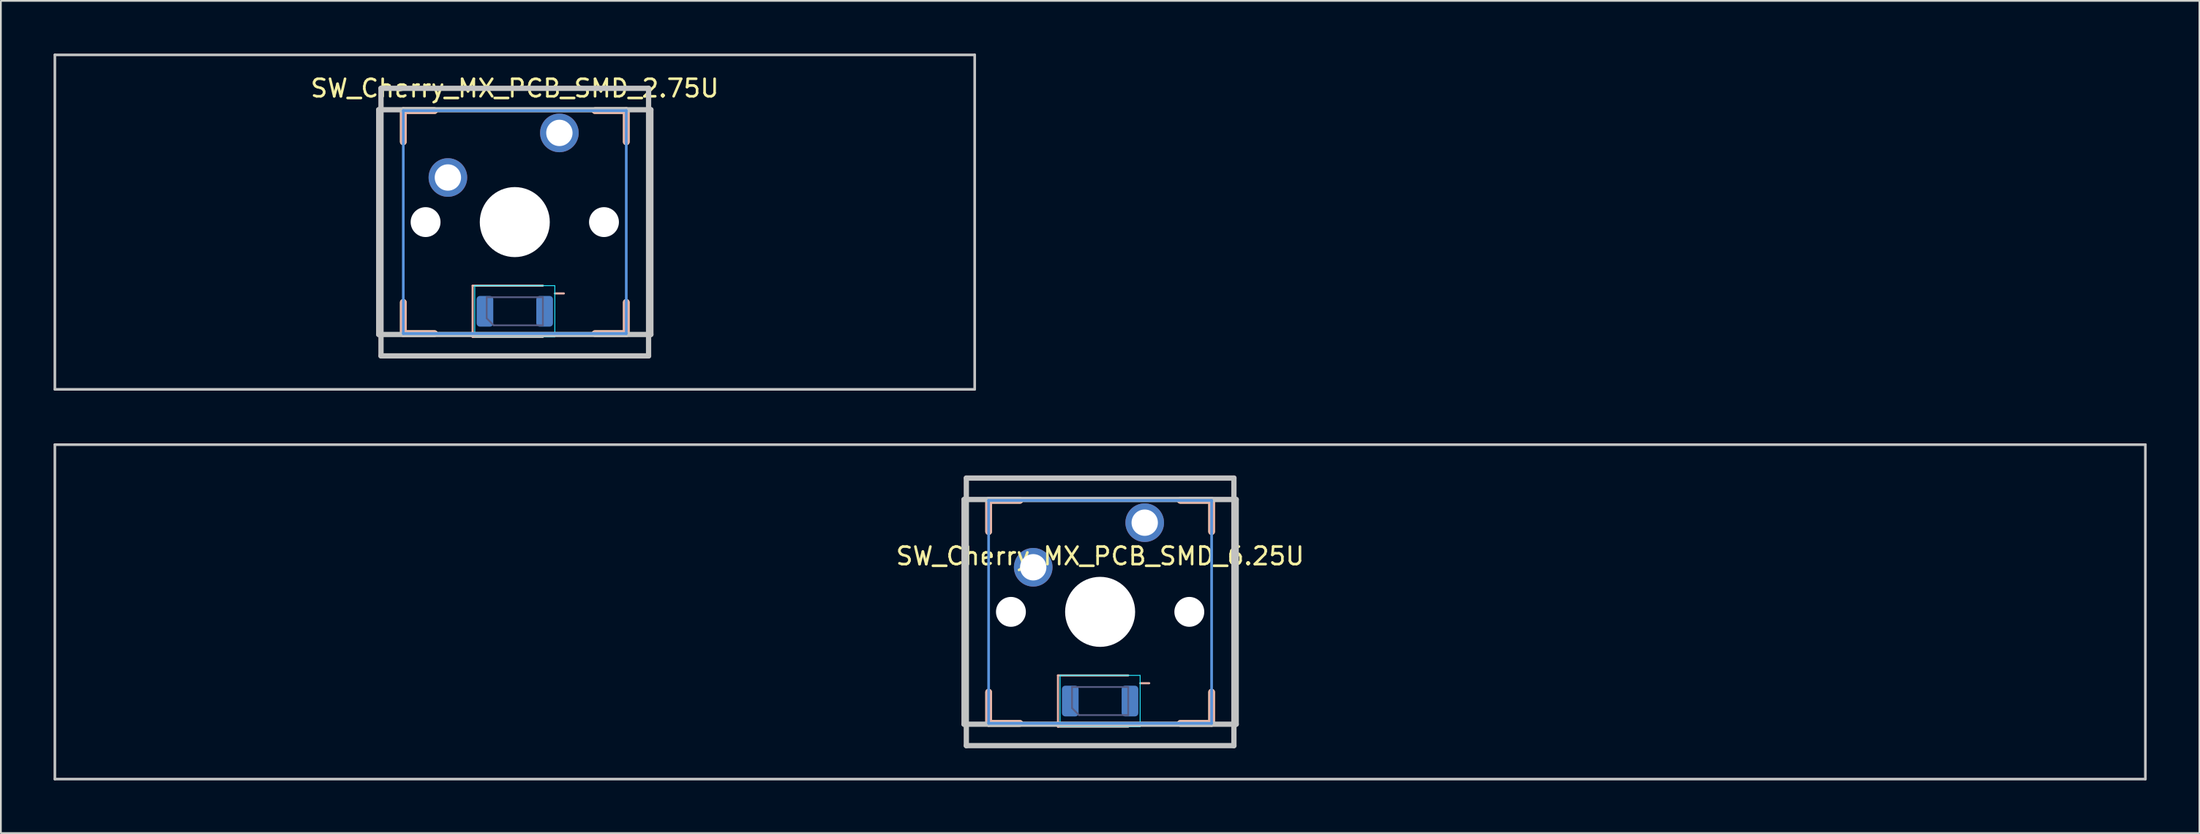
<source format=kicad_pcb>
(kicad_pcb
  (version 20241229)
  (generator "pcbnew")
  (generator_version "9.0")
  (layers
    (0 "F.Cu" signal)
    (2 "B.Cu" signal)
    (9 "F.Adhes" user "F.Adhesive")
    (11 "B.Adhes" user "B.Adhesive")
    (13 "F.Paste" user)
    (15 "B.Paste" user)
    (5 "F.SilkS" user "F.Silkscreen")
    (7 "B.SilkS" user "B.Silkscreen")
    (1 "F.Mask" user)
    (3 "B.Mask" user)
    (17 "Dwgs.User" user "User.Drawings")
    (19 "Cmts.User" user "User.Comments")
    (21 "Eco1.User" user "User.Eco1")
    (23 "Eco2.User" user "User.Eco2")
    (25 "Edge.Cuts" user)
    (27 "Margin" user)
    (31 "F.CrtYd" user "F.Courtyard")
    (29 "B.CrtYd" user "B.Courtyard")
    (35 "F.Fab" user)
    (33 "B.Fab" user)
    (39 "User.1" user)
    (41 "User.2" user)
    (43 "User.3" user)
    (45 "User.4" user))
  (footprint "SW_Cherry_MX_PCB_SMD_2.75U"
    (layer "F.Cu")
    (at 26.269 9.6)
    (property "Reference" "SW_Cherry_MX_PCB_SMD_2.75U" (at 0 -7.62 0) (layer "F.SilkS") (effects (font (size 1 1) (thickness 0.15))))
    (attr through_hole)
    (fp_line (start -6.35 -6.35) (end -4.572 -6.35) (stroke (width 0.381) (type solid)) (layer "F.SilkS"))
    (fp_line (start -6.35 -4.572) (end -6.35 -6.35) (stroke (width 0.381) (type solid)) (layer "F.SilkS"))
    (fp_line (start -6.35 6.35) (end -6.35 4.572) (stroke (width 0.381) (type solid)) (layer "F.SilkS"))
    (fp_line (start -4.572 6.35) (end -6.35 6.35) (stroke (width 0.381) (type solid)) (layer "F.SilkS"))
    (fp_line (start 4.572 -6.35) (end 6.35 -6.35) (stroke (width 0.381) (type solid)) (layer "F.SilkS"))
    (fp_line (start 6.35 -6.35) (end 6.35 -4.572) (stroke (width 0.381) (type solid)) (layer "F.SilkS"))
    (fp_line (start 6.35 4.572) (end 6.35 6.35) (stroke (width 0.381) (type solid)) (layer "F.SilkS"))
    (fp_line (start 6.35 6.35) (end 4.572 6.35) (stroke (width 0.381) (type solid)) (layer "F.SilkS"))
    (fp_line (start -6.35 -6.35) (end -6.35 -4.572) (stroke (width 0.381) (type solid)) (layer "B.SilkS"))
    (fp_line (start -6.35 4.572) (end -6.35 6.35) (stroke (width 0.381) (type solid)) (layer "B.SilkS"))
    (fp_line (start -6.35 6.35) (end -4.572 6.35) (stroke (width 0.381) (type solid)) (layer "B.SilkS"))
    (fp_line (start -4.572 -6.35) (end -6.35 -6.35) (stroke (width 0.381) (type solid)) (layer "B.SilkS"))
    (fp_line (start -2.4 3.62) (end 1.6 3.62) (stroke (width 0.12) (type solid)) (layer "B.SilkS"))
    (fp_line (start -2.4 6.54) (end -2.4 3.62) (stroke (width 0.12) (type solid)) (layer "B.SilkS"))
    (fp_line (start 1.6 6.54) (end -2.4 6.54) (stroke (width 0.12) (type solid)) (layer "B.SilkS"))
    (fp_line (start 2.286 4.064) (end 2.794 4.064) (stroke (width 0.12) (type solid)) (layer "B.SilkS"))
    (fp_line (start 4.572 6.35) (end 6.35 6.35) (stroke (width 0.381) (type solid)) (layer "B.SilkS"))
    (fp_line (start 6.35 -6.35) (end 4.572 -6.35) (stroke (width 0.381) (type solid)) (layer "B.SilkS"))
    (fp_line (start 6.35 -4.572) (end 6.35 -6.35) (stroke (width 0.381) (type solid)) (layer "B.SilkS"))
    (fp_line (start 6.35 6.35) (end 6.35 4.572) (stroke (width 0.381) (type solid)) (layer "B.SilkS"))
    (fp_line (start -26.194 -9.525) (end 26.194 -9.525) (stroke (width 0.15) (type solid)) (layer "Dwgs.User"))
    (fp_line (start -26.194 9.525) (end -26.194 -9.525) (stroke (width 0.15) (type solid)) (layer "Dwgs.User"))
    (fp_line (start -7.75 6.4) (end -7.75 -6.4) (stroke (width 0.3) (type solid)) (layer "Dwgs.User"))
    (fp_line (start -7.75 6.4) (end 7.75 6.4) (stroke (width 0.3) (type solid)) (layer "Dwgs.User"))
    (fp_line (start -7.62 -7.62) (end 7.62 -7.62) (stroke (width 0.3) (type solid)) (layer "Dwgs.User"))
    (fp_line (start -7.62 7.62) (end -7.62 -7.62) (stroke (width 0.3) (type solid)) (layer "Dwgs.User"))
    (fp_line (start 7.62 -7.62) (end 7.62 7.62) (stroke (width 0.3) (type solid)) (layer "Dwgs.User"))
    (fp_line (start 7.62 7.62) (end -7.62 7.62) (stroke (width 0.3) (type solid)) (layer "Dwgs.User"))
    (fp_line (start 7.75 -6.4) (end -7.75 -6.4) (stroke (width 0.3) (type solid)) (layer "Dwgs.User"))
    (fp_line (start 7.75 6.4) (end 7.75 -6.4) (stroke (width 0.3) (type solid)) (layer "Dwgs.User"))
    (fp_line (start 26.194 -9.525) (end 26.194 9.525) (stroke (width 0.15) (type solid)) (layer "Dwgs.User"))
    (fp_line (start 26.194 9.525) (end -26.194 9.525) (stroke (width 0.15) (type solid)) (layer "Dwgs.User"))
    (fp_line (start -6.35 -6.35) (end 6.35 -6.35) (stroke (width 0.152) (type solid)) (layer "Cmts.User"))
    (fp_line (start -6.35 6.35) (end -6.35 -6.35) (stroke (width 0.152) (type solid)) (layer "Cmts.User"))
    (fp_line (start 6.35 -6.35) (end 6.35 6.35) (stroke (width 0.152) (type solid)) (layer "Cmts.User"))
    (fp_line (start 6.35 6.35) (end -6.35 6.35) (stroke (width 0.152) (type solid)) (layer "Cmts.User"))
    (fp_line (start -6.985 -6.985) (end 6.985 -6.985) (stroke (width 0.152) (type solid)) (layer "Eco2.User"))
    (fp_line (start -6.985 6.985) (end -6.985 -6.985) (stroke (width 0.152) (type solid)) (layer "Eco2.User"))
    (fp_line (start 6.985 -6.985) (end 6.985 6.985) (stroke (width 0.152) (type solid)) (layer "Eco2.User"))
    (fp_line (start 6.985 6.985) (end -6.985 6.985) (stroke (width 0.152) (type solid)) (layer "Eco2.User"))
    (fp_line (start -2.28 3.62) (end -2.28 6.54) (stroke (width 0.05) (type solid)) (layer "B.CrtYd"))
    (fp_line (start -2.28 6.54) (end 2.28 6.54) (stroke (width 0.05) (type solid)) (layer "B.CrtYd"))
    (fp_line (start 2.28 3.62) (end -2.28 3.62) (stroke (width 0.05) (type solid)) (layer "B.CrtYd"))
    (fp_line (start 2.28 6.54) (end 2.28 3.62) (stroke (width 0.05) (type solid)) (layer "B.CrtYd"))
    (fp_line (start -1.6 4.28) (end 1.6 4.28) (stroke (width 0.1) (type solid)) (layer "B.Fab"))
    (fp_line (start -1.6 5.48) (end -1.6 4.28) (stroke (width 0.1) (type solid)) (layer "B.Fab"))
    (fp_line (start -1.2 5.88) (end -1.6 5.48) (stroke (width 0.1) (type solid)) (layer "B.Fab"))
    (fp_line (start 1.6 4.28) (end 1.6 5.88) (stroke (width 0.1) (type solid)) (layer "B.Fab"))
    (fp_line (start 1.6 5.88) (end -1.2 5.88) (stroke (width 0.1) (type solid)) (layer "B.Fab"))
    (pad "" np_thru_hole circle (at -5.08 0) (size 1.702 1.702) (drill 1.702) (layers "*.Cu" "*.Mask"))
    (pad "" np_thru_hole circle (at 0 0) (size 3.988 3.988) (drill 3.988) (layers "*.Cu" "*.Mask"))
    (pad "" np_thru_hole circle (at 5.08 0) (size 1.702 1.702) (drill 1.702) (layers "*.Cu" "*.Mask"))
    (pad "1" thru_hole circle (at 2.54 -5.08) (size 2.2 2.2) (drill 1.5) (layers "*.Cu" "*.Mask"))
    (pad "2" thru_hole circle (at -3.81 -2.54) (size 2.2 2.2) (drill 1.5) (layers "*.Cu" "*.Mask"))
    (pad "3" smd roundrect (at 1.7 5.08) (size 0.95 1.75) (layers "B.Cu" "B.Mask" "B.Paste") (roundrect_rratio 0.2))
    (pad "4" smd roundrect (at -1.7 5.08) (size 0.95 1.75) (layers "B.Cu" "B.Mask" "B.Paste") (roundrect_rratio 0.2)))
  (footprint "SW_Cherry_MX_PCB_SMD_6.25U"
    (layer "F.Cu")
    (at 59.606 31.8)
    (property "Reference" "SW_Cherry_MX_PCB_SMD_6.25U" (at 0 -3.175 0) (layer "F.SilkS") (effects (font (size 1 1) (thickness 0.15))))
    (attr exclude_from_pos_files exclude_from_bom)
    (fp_line (start -6.35 -6.35) (end -4.572 -6.35) (stroke (width 0.381) (type solid)) (layer "F.SilkS"))
    (fp_line (start -6.35 -4.572) (end -6.35 -6.35) (stroke (width 0.381) (type solid)) (layer "F.SilkS"))
    (fp_line (start -6.35 6.35) (end -6.35 4.572) (stroke (width 0.381) (type solid)) (layer "F.SilkS"))
    (fp_line (start -4.572 6.35) (end -6.35 6.35) (stroke (width 0.381) (type solid)) (layer "F.SilkS"))
    (fp_line (start 4.572 -6.35) (end 6.35 -6.35) (stroke (width 0.381) (type solid)) (layer "F.SilkS"))
    (fp_line (start 6.35 -6.35) (end 6.35 -4.572) (stroke (width 0.381) (type solid)) (layer "F.SilkS"))
    (fp_line (start 6.35 4.572) (end 6.35 6.35) (stroke (width 0.381) (type solid)) (layer "F.SilkS"))
    (fp_line (start 6.35 6.35) (end 4.572 6.35) (stroke (width 0.381) (type solid)) (layer "F.SilkS"))
    (fp_line (start -6.35 -6.35) (end -6.35 -4.572) (stroke (width 0.381) (type solid)) (layer "B.SilkS"))
    (fp_line (start -6.35 4.572) (end -6.35 6.35) (stroke (width 0.381) (type solid)) (layer "B.SilkS"))
    (fp_line (start -6.35 6.35) (end -4.572 6.35) (stroke (width 0.381) (type solid)) (layer "B.SilkS"))
    (fp_line (start -4.572 -6.35) (end -6.35 -6.35) (stroke (width 0.381) (type solid)) (layer "B.SilkS"))
    (fp_line (start -2.4 3.62) (end 1.6 3.62) (stroke (width 0.12) (type solid)) (layer "B.SilkS"))
    (fp_line (start -2.4 6.54) (end -2.4 3.62) (stroke (width 0.12) (type solid)) (layer "B.SilkS"))
    (fp_line (start 1.6 6.54) (end -2.4 6.54) (stroke (width 0.12) (type solid)) (layer "B.SilkS"))
    (fp_line (start 2.286 4.064) (end 2.794 4.064) (stroke (width 0.12) (type solid)) (layer "B.SilkS"))
    (fp_line (start 4.572 6.35) (end 6.35 6.35) (stroke (width 0.381) (type solid)) (layer "B.SilkS"))
    (fp_line (start 6.35 -6.35) (end 4.572 -6.35) (stroke (width 0.381) (type solid)) (layer "B.SilkS"))
    (fp_line (start 6.35 -4.572) (end 6.35 -6.35) (stroke (width 0.381) (type solid)) (layer "B.SilkS"))
    (fp_line (start 6.35 6.35) (end 6.35 4.572) (stroke (width 0.381) (type solid)) (layer "B.SilkS"))
    (fp_line (start -59.531 -9.525) (end 59.531 -9.525) (stroke (width 0.15) (type solid)) (layer "Dwgs.User"))
    (fp_line (start -59.531 9.525) (end -59.531 -9.525) (stroke (width 0.15) (type solid)) (layer "Dwgs.User"))
    (fp_line (start -7.75 6.4) (end -7.75 -6.4) (stroke (width 0.3) (type solid)) (layer "Dwgs.User"))
    (fp_line (start -7.75 6.4) (end 7.75 6.4) (stroke (width 0.3) (type solid)) (layer "Dwgs.User"))
    (fp_line (start -7.62 -7.62) (end 7.62 -7.62) (stroke (width 0.3) (type solid)) (layer "Dwgs.User"))
    (fp_line (start -7.62 7.62) (end -7.62 -7.62) (stroke (width 0.3) (type solid)) (layer "Dwgs.User"))
    (fp_line (start 7.62 -7.62) (end 7.62 7.62) (stroke (width 0.3) (type solid)) (layer "Dwgs.User"))
    (fp_line (start 7.62 7.62) (end -7.62 7.62) (stroke (width 0.3) (type solid)) (layer "Dwgs.User"))
    (fp_line (start 7.75 -6.4) (end -7.75 -6.4) (stroke (width 0.3) (type solid)) (layer "Dwgs.User"))
    (fp_line (start 7.75 6.4) (end 7.75 -6.4) (stroke (width 0.3) (type solid)) (layer "Dwgs.User"))
    (fp_line (start 59.531 -9.525) (end 59.531 9.525) (stroke (width 0.15) (type solid)) (layer "Dwgs.User"))
    (fp_line (start 59.531 9.525) (end -59.531 9.525) (stroke (width 0.15) (type solid)) (layer "Dwgs.User"))
    (fp_line (start -6.35 -6.35) (end 6.35 -6.35) (stroke (width 0.152) (type solid)) (layer "Cmts.User"))
    (fp_line (start -6.35 6.35) (end -6.35 -6.35) (stroke (width 0.152) (type solid)) (layer "Cmts.User"))
    (fp_line (start 6.35 -6.35) (end 6.35 6.35) (stroke (width 0.152) (type solid)) (layer "Cmts.User"))
    (fp_line (start 6.35 6.35) (end -6.35 6.35) (stroke (width 0.152) (type solid)) (layer "Cmts.User"))
    (fp_line (start -6.985 -6.985) (end 6.985 -6.985) (stroke (width 0.152) (type solid)) (layer "Eco2.User"))
    (fp_line (start -6.985 6.985) (end -6.985 -6.985) (stroke (width 0.152) (type solid)) (layer "Eco2.User"))
    (fp_line (start 6.985 -6.985) (end 6.985 6.985) (stroke (width 0.152) (type solid)) (layer "Eco2.User"))
    (fp_line (start 6.985 6.985) (end -6.985 6.985) (stroke (width 0.152) (type solid)) (layer "Eco2.User"))
    (fp_line (start -2.28 3.62) (end -2.28 6.54) (stroke (width 0.05) (type solid)) (layer "B.CrtYd"))
    (fp_line (start -2.28 6.54) (end 2.28 6.54) (stroke (width 0.05) (type solid)) (layer "B.CrtYd"))
    (fp_line (start 2.28 3.62) (end -2.28 3.62) (stroke (width 0.05) (type solid)) (layer "B.CrtYd"))
    (fp_line (start 2.28 6.54) (end 2.28 3.62) (stroke (width 0.05) (type solid)) (layer "B.CrtYd"))
    (fp_line (start -1.6 4.28) (end 1.6 4.28) (stroke (width 0.1) (type solid)) (layer "B.Fab"))
    (fp_line (start -1.6 5.48) (end -1.6 4.28) (stroke (width 0.1) (type solid)) (layer "B.Fab"))
    (fp_line (start -1.2 5.88) (end -1.6 5.48) (stroke (width 0.1) (type solid)) (layer "B.Fab"))
    (fp_line (start 1.6 4.28) (end 1.6 5.88) (stroke (width 0.1) (type solid)) (layer "B.Fab"))
    (fp_line (start 1.6 5.88) (end -1.2 5.88) (stroke (width 0.1) (type solid)) (layer "B.Fab"))
    (pad "" np_thru_hole circle (at -5.08 0) (size 1.702 1.702) (drill 1.702) (layers "*.Cu" "*.Mask"))
    (pad "" np_thru_hole circle (at 0 0) (size 3.988 3.988) (drill 3.988) (layers "*.Cu" "*.Mask"))
    (pad "" np_thru_hole circle (at 5.08 0) (size 1.702 1.702) (drill 1.702) (layers "*.Cu" "*.Mask"))
    (pad "1" thru_hole circle (at -3.81 -2.54) (size 2.2 2.2) (drill 1.5) (layers "*.Cu" "*.Mask"))
    (pad "2" thru_hole circle (at 2.54 -5.08) (size 2.2 2.2) (drill 1.5) (layers "*.Cu" "*.Mask"))
    (pad "3" smd roundrect (at 1.7 5.08) (size 0.95 1.75) (layers "B.Cu" "B.Mask" "B.Paste") (roundrect_rratio 0.2))
    (pad "4" smd roundrect (at -1.7 5.08) (size 0.95 1.75) (layers "B.Cu" "B.Mask" "B.Paste") (roundrect_rratio 0.2)))
  (gr_rect
    (start -3 -3)
    (end 122.213 44.4)
    (stroke (width 0.1) (type default))
    (fill no)
    (layer "Edge.Cuts")))
</source>
